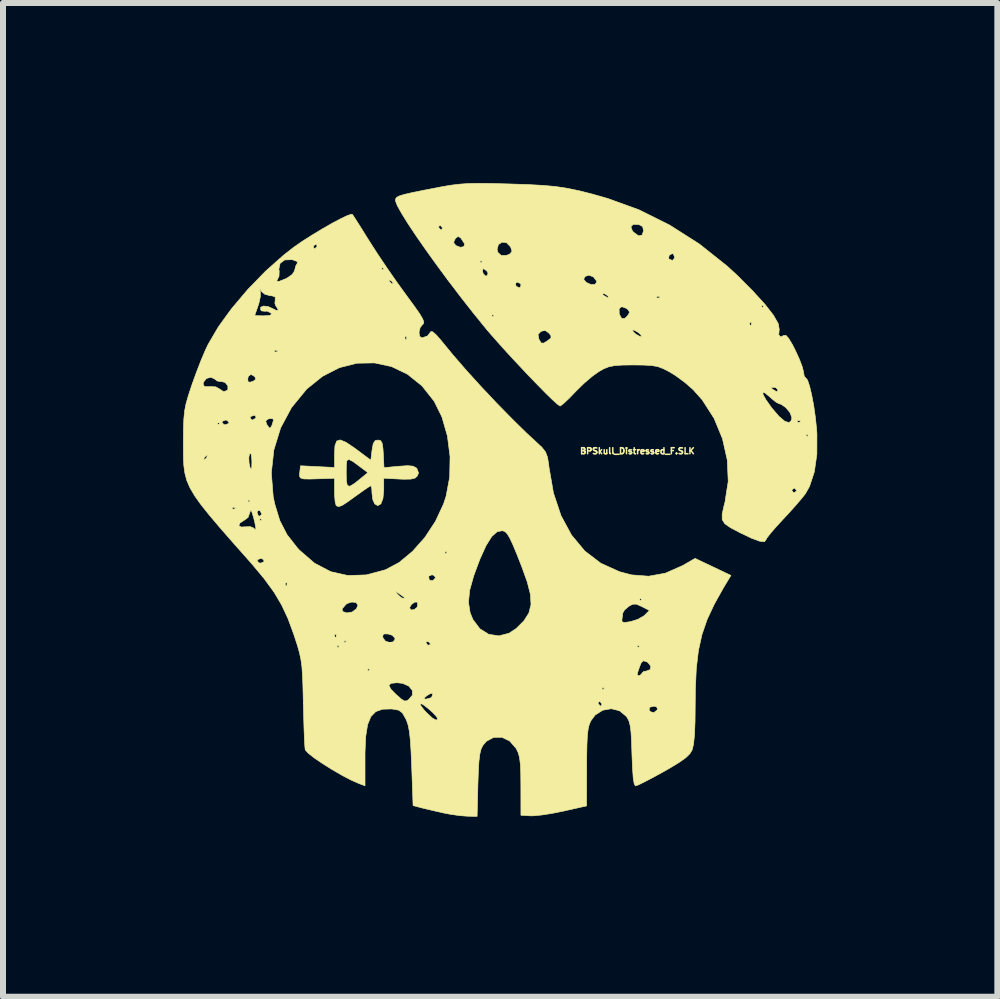
<source format=kicad_pcb>
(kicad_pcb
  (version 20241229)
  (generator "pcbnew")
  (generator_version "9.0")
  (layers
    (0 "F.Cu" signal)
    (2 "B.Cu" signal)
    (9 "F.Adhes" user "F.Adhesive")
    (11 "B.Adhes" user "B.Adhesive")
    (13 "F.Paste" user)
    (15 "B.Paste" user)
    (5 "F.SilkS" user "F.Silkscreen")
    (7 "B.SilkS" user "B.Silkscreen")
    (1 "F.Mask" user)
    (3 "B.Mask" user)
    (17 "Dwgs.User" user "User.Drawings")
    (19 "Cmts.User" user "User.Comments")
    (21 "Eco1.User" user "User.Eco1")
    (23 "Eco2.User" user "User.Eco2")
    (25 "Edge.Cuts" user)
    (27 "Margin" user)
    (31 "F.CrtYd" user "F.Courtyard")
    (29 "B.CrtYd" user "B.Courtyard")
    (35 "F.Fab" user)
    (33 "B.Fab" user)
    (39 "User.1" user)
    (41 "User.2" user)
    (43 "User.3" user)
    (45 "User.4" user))
  (footprint "BPSkull_Distressed_F.SLK"
    (layer "F.Cu")
    (at 5.259 5.278)
    (property "Reference" "BPSkull_Distressed_F.SLK" (at 2.311 -0.813 0) (layer "F.SilkS") (effects (font (size 0.1 0.1) (thickness 0.025))))
    (attr board_only exclude_from_pos_files exclude_from_bom)
    (fp_poly (pts (xy -2.543 -0.958) (xy -2.4 -0.861) (xy -2.374 -0.842) (xy -2.13 -0.66) (xy -2.11 -0.828) (xy -2.09 -0.937) (xy -2.057 -0.987) (xy -2.012 -0.996) (xy -1.968 -0.987) (xy -1.942 -0.945) (xy -1.928 -0.854) (xy -1.922 -0.766) (xy -1.911 -0.536) (xy -1.662 -0.559) (xy -1.515 -0.569) (xy -1.425 -0.56) (xy -1.373 -0.532) (xy -1.363 -0.522) (xy -1.335 -0.448) (xy -1.355 -0.397) (xy -1.393 -0.362) (xy -1.463 -0.345) (xy -1.584 -0.343) (xy -1.656 -0.346) (xy -1.915 -0.36) (xy -1.915 -0.165) (xy -1.928 -0.023) (xy -1.963 0.068) (xy -2.015 0.097) (xy -2.064 0.069) (xy -2.096 0.000428) (xy -2.11 -0.102) (xy -2.11 -0.106) (xy -2.115 -0.193) (xy -2.128 -0.234) (xy -2.13 -0.234) (xy -2.168 -0.213) (xy -2.252 -0.156) (xy -2.365 -0.075) (xy -2.388 -0.059) (xy -2.521 0.037) (xy -2.606 0.092) (xy -2.659 0.112) (xy -2.693 0.105) (xy -2.709 0.091) (xy -2.724 0.04) (xy -2.733 -0.062) (xy -2.735 -0.147) (xy -2.735 -0.359) (xy -2.98 -0.351) (xy -3.145 -0.346) (xy -3.247 -0.348) (xy -3.3 -0.363) (xy -3.318 -0.393) (xy -3.316 -0.445) (xy -3.315 -0.45) (xy -2.54 -0.45) (xy -2.537 -0.31) (xy -2.521 -0.237) (xy -2.479 -0.226) (xy -2.4 -0.274) (xy -2.291 -0.361) (xy -2.18 -0.453) (xy -2.311 -0.552) (xy -2.429 -0.639) (xy -2.498 -0.674) (xy -2.53 -0.652) (xy -2.539 -0.565) (xy -2.54 -0.45) (xy -3.315 -0.45) (xy -3.314 -0.459) (xy -3.302 -0.567) (xy -2.735 -0.539) (xy -2.735 -0.759) (xy -2.728 -0.9) (xy -2.699 -0.979) (xy -2.64 -0.998) (xy -2.543 -0.958)) (stroke (width 0.01) (type solid)) (fill yes) (layer "F.SilkS"))
    (fp_poly (pts (xy -0.127 -5.271) (xy 0.139 -5.264) (xy 0.175 -5.263) (xy 0.485 -5.253) (xy 0.737 -5.239) (xy 0.95 -5.22) (xy 1.146 -5.19) (xy 1.344 -5.149) (xy 1.564 -5.093) (xy 1.817 -5.021) (xy 2.336 -4.833) (xy 2.85 -4.577) (xy 3.345 -4.262) (xy 3.806 -3.895) (xy 3.974 -3.741) (xy 4.235 -3.479) (xy 4.437 -3.257) (xy 4.579 -3.075) (xy 4.658 -2.936) (xy 4.675 -2.84) (xy 4.674 -2.837) (xy 4.667 -2.748) (xy 4.699 -2.714) (xy 4.75 -2.738) (xy 4.785 -2.741) (xy 4.83 -2.693) (xy 4.894 -2.587) (xy 4.94 -2.497) (xy 5.006 -2.353) (xy 5.056 -2.224) (xy 5.079 -2.135) (xy 5.08 -2.124) (xy 5.093 -2.054) (xy 5.116 -2.032) (xy 5.146 -1.996) (xy 5.18 -1.896) (xy 5.215 -1.75) (xy 5.249 -1.571) (xy 5.277 -1.374) (xy 5.298 -1.175) (xy 5.303 -1.094) (xy 5.302 -0.761) (xy 5.26 -0.466) (xy 5.179 -0.222) (xy 5.112 -0.103) (xy 5.049 -0.023) (xy 4.947 0.096) (xy 4.824 0.233) (xy 4.741 0.322) (xy 4.623 0.45) (xy 4.529 0.559) (xy 4.47 0.635) (xy 4.455 0.664) (xy 4.429 0.698) (xy 4.349 0.69) (xy 4.211 0.639) (xy 4.015 0.545) (xy 3.862 0.464) (xy 3.768 0.399) (xy 3.725 0.33) (xy 3.724 0.238) (xy 3.754 0.103) (xy 3.771 0.039) (xy 3.801 -0.156) (xy 4.885 -0.156) (xy 4.914 -0.118) (xy 4.924 -0.117) (xy 4.962 -0.147) (xy 4.963 -0.156) (xy 4.933 -0.194) (xy 4.924 -0.195) (xy 4.886 -0.166) (xy 4.885 -0.156) (xy 3.801 -0.156) (xy 3.825 -0.306) (xy 3.809 -0.664) (xy 3.729 -1.019) (xy 3.706 -1.075) (xy 5.119 -1.075) (xy 5.139 -1.055) (xy 5.158 -1.075) (xy 5.139 -1.094) (xy 5.119 -1.075) (xy 3.706 -1.075) (xy 3.589 -1.358) (xy 3.392 -1.665) (xy 3.279 -1.792) (xy 4.402 -1.792) (xy 4.406 -1.753) (xy 4.454 -1.667) (xy 4.545 -1.538) (xy 4.553 -1.528) (xy 4.67 -1.391) (xy 4.767 -1.309) (xy 4.839 -1.286) (xy 4.87 -1.316) (xy 4.976 -1.316) (xy 4.981 -1.292) (xy 5.002 -1.29) (xy 5.034 -1.304) (xy 5.028 -1.316) (xy 4.982 -1.32) (xy 4.976 -1.316) (xy 4.87 -1.316) (xy 4.879 -1.324) (xy 4.885 -1.371) (xy 4.855 -1.451) (xy 4.787 -1.535) (xy 4.706 -1.592) (xy 4.672 -1.601) (xy 4.622 -1.627) (xy 4.545 -1.689) (xy 4.526 -1.707) (xy 4.441 -1.779) (xy 4.402 -1.792) (xy 3.279 -1.792) (xy 3.245 -1.831) (xy 3.202 -1.869) (xy 4.537 -1.869) (xy 4.565 -1.842) (xy 4.572 -1.837) (xy 4.631 -1.802) (xy 4.649 -1.813) (xy 4.65 -1.837) (xy 4.618 -1.869) (xy 4.582 -1.875) (xy 4.537 -1.869) (xy 3.202 -1.869) (xy 3.106 -1.953) (xy 2.947 -2.07) (xy 2.85 -2.13) (xy 2.745 -2.184) (xy 2.654 -2.219) (xy 2.553 -2.237) (xy 2.419 -2.245) (xy 2.247 -2.247) (xy 2.061 -2.245) (xy 1.932 -2.236) (xy 1.836 -2.217) (xy 1.751 -2.183) (xy 1.676 -2.141) (xy 1.56 -2.059) (xy 1.422 -1.941) (xy 1.29 -1.812) (xy 1.278 -1.799) (xy 1.173 -1.69) (xy 1.085 -1.608) (xy 1.031 -1.566) (xy 1.023 -1.563) (xy 0.981 -1.591) (xy 0.897 -1.667) (xy 0.778 -1.783) (xy 0.634 -1.93) (xy 0.473 -2.097) (xy 0.305 -2.276) (xy 0.137 -2.457) (xy -0.02 -2.632) (xy -0.128 -2.755) (xy 0.656 -2.755) (xy 0.668 -2.685) (xy 0.673 -2.672) (xy 0.708 -2.613) (xy 0.75 -2.611) (xy 0.807 -2.645) (xy 0.87 -2.694) (xy 0.872 -2.734) (xy 0.837 -2.778) (xy 0.774 -2.825) (xy 0.708 -2.807) (xy 0.703 -2.804) (xy 0.656 -2.755) (xy -0.128 -2.755) (xy -0.158 -2.79) (xy -0.192 -2.829) (xy 2.23 -2.829) (xy 2.244 -2.797) (xy 2.289 -2.758) (xy 2.353 -2.722) (xy 2.381 -2.719) (xy 2.367 -2.752) (xy 2.322 -2.791) (xy 2.258 -2.827) (xy 2.23 -2.829) (xy -0.192 -2.829) (xy -0.224 -2.868) (xy -0.275 -2.931) (xy 4.181 -2.931) (xy 4.196 -2.899) (xy 4.207 -2.905) (xy 4.212 -2.951) (xy 4.207 -2.957) (xy 4.184 -2.951) (xy 4.181 -2.931) (xy -0.275 -2.931) (xy -0.386 -3.068) (xy -0.117 -3.068) (xy -0.098 -3.048) (xy -0.078 -3.068) (xy -0.098 -3.087) (xy -0.117 -3.068) (xy -0.386 -3.068) (xy -0.423 -3.113) (xy -0.479 -3.185) (xy 2.007 -3.185) (xy 2.009 -3.098) (xy 2.011 -3.091) (xy 2.051 -3.02) (xy 2.104 -3.024) (xy 2.153 -3.072) (xy 2.182 -3.127) (xy 2.15 -3.174) (xy 2.13 -3.189) (xy 2.052 -3.219) (xy 2.007 -3.185) (xy -0.479 -3.185) (xy -0.51 -3.224) (xy 4.377 -3.224) (xy 4.396 -3.204) (xy 4.416 -3.224) (xy 4.396 -3.243) (xy 4.377 -3.224) (xy -0.51 -3.224) (xy -0.626 -3.372) (xy -0.665 -3.423) (xy 1.731 -3.423) (xy 1.758 -3.4) (xy 1.821 -3.365) (xy 1.829 -3.378) (xy 1.824 -3.387) (xy 2.631 -3.387) (xy 2.637 -3.363) (xy 2.657 -3.361) (xy 2.689 -3.375) (xy 2.683 -3.387) (xy 2.637 -3.391) (xy 2.631 -3.387) (xy 1.824 -3.387) (xy 1.817 -3.4) (xy 1.76 -3.437) (xy 1.746 -3.438) (xy 1.731 -3.423) (xy -0.665 -3.423) (xy -0.797 -3.597) (xy 0.279 -3.597) (xy 0.292 -3.558) (xy 0.341 -3.534) (xy 0.358 -3.54) (xy 0.374 -3.582) (xy 0.356 -3.607) (xy 0.303 -3.629) (xy 0.279 -3.597) (xy -0.797 -3.597) (xy -0.829 -3.638) (xy -0.856 -3.674) (xy 1.416 -3.674) (xy 1.458 -3.625) (xy 1.466 -3.619) (xy 1.542 -3.586) (xy 1.607 -3.591) (xy 1.634 -3.63) (xy 1.631 -3.646) (xy 1.579 -3.714) (xy 1.504 -3.743) (xy 1.439 -3.721) (xy 1.416 -3.674) (xy -0.856 -3.674) (xy -0.968 -3.826) (xy -0.272 -3.826) (xy -0.259 -3.77) (xy -0.22 -3.729) (xy -0.194 -3.733) (xy -0.176 -3.777) (xy -0.199 -3.814) (xy -0.251 -3.853) (xy -0.272 -3.826) (xy -0.968 -3.826) (xy -1.024 -3.902) (xy -1.07 -3.966) (xy -0.313 -3.966) (xy -0.293 -3.947) (xy -0.274 -3.966) (xy -0.293 -3.986) (xy -0.313 -3.966) (xy -1.07 -3.966) (xy -1.114 -4.027) (xy 2.831 -4.027) (xy 2.841 -4.011) (xy 2.897 -3.987) (xy 2.93 -4.029) (xy 2.931 -4.044) (xy 2.911 -4.096) (xy 2.894 -4.103) (xy 2.843 -4.077) (xy 2.831 -4.027) (xy -1.114 -4.027) (xy -1.206 -4.155) (xy -1.22 -4.175) (xy -0.026 -4.175) (xy -0.014 -4.123) (xy 0.041 -4.073) (xy 0.13 -4.072) (xy 0.19 -4.099) (xy 0.222 -4.142) (xy 0.199 -4.213) (xy 0.198 -4.215) (xy 0.131 -4.284) (xy 0.056 -4.293) (xy -0.004 -4.253) (xy -0.026 -4.175) (xy -1.22 -4.175) (xy -1.298 -4.287) (xy -0.752 -4.287) (xy -0.716 -4.24) (xy -0.711 -4.236) (xy -0.641 -4.208) (xy -0.583 -4.217) (xy -0.566 -4.257) (xy -0.573 -4.273) (xy -0.632 -4.364) (xy -0.676 -4.389) (xy -0.719 -4.356) (xy -0.724 -4.349) (xy -0.752 -4.287) (xy -1.298 -4.287) (xy -1.37 -4.39) (xy -1.475 -4.548) (xy -1.003 -4.548) (xy -0.996 -4.533) (xy -0.961 -4.496) (xy -0.955 -4.494) (xy -0.938 -4.524) (xy -0.938 -4.533) (xy -0.952 -4.55) (xy 2.203 -4.55) (xy 2.228 -4.481) (xy 2.249 -4.458) (xy 2.332 -4.398) (xy 2.389 -4.411) (xy 2.415 -4.482) (xy 2.398 -4.554) (xy 2.338 -4.585) (xy 2.243 -4.59) (xy 2.203 -4.55) (xy -0.952 -4.55) (xy -0.968 -4.57) (xy -0.979 -4.572) (xy -1.003 -4.548) (xy -1.475 -4.548) (xy -1.509 -4.599) (xy -1.617 -4.772) (xy -1.689 -4.902) (xy -1.719 -4.98) (xy -1.719 -4.986) (xy -1.716 -5.017) (xy -1.697 -5.042) (xy -1.653 -5.064) (xy -1.571 -5.089) (xy -1.44 -5.119) (xy -1.249 -5.158) (xy -1.129 -5.181) (xy -0.943 -5.217) (xy -0.789 -5.243) (xy -0.648 -5.26) (xy -0.503 -5.27) (xy -0.335 -5.273) (xy -0.127 -5.271)) (stroke (width 0.01) (type solid)) (fill yes) (layer "F.SilkS"))
    (fp_poly (pts (xy -2.439 -4.757) (xy -2.413 -4.72) (xy -2.354 -4.628) (xy -2.271 -4.497) (xy -2.172 -4.337) (xy -2.152 -4.306) (xy -2.02 -4.1) (xy -1.86 -3.862) (xy -1.693 -3.622) (xy -1.543 -3.415) (xy -1.41 -3.233) (xy -1.319 -3.104) (xy -1.267 -3.016) (xy -1.247 -2.962) (xy -1.255 -2.932) (xy -1.266 -2.923) (xy -1.309 -2.869) (xy -1.327 -2.792) (xy -1.317 -2.724) (xy -1.28 -2.697) (xy -1.184 -2.731) (xy -1.129 -2.804) (xy -1.1 -2.8) (xy -1.037 -2.745) (xy -0.954 -2.649) (xy -0.938 -2.629) (xy -0.759 -2.411) (xy -0.539 -2.157) (xy -0.291 -1.884) (xy -0.032 -1.609) (xy 0.223 -1.349) (xy 0.457 -1.119) (xy 0.612 -0.975) (xy 0.719 -0.876) (xy 0.781 -0.797) (xy 0.814 -0.71) (xy 0.834 -0.586) (xy 0.838 -0.545) (xy 0.913 -0.113) (xy 1.039 0.265) (xy 1.214 0.588) (xy 1.435 0.853) (xy 1.702 1.057) (xy 2.013 1.198) (xy 2.214 1.251) (xy 2.499 1.273) (xy 2.777 1.223) (xy 3.058 1.099) (xy 3.07 1.093) (xy 3.273 0.976) (xy 3.572 1.118) (xy 3.87 1.26) (xy 3.749 1.46) (xy 3.594 1.737) (xy 3.474 1.993) (xy 3.387 2.246) (xy 3.328 2.514) (xy 3.293 2.814) (xy 3.277 3.164) (xy 3.275 3.4) (xy 3.272 3.694) (xy 3.263 3.917) (xy 3.247 4.072) (xy 3.224 4.166) (xy 3.224 4.168) (xy 3.185 4.232) (xy 3.117 4.298) (xy 3.007 4.376) (xy 2.844 4.475) (xy 2.749 4.529) (xy 2.583 4.62) (xy 2.44 4.695) (xy 2.335 4.747) (xy 2.281 4.767) (xy 2.28 4.767) (xy 2.259 4.735) (xy 2.242 4.635) (xy 2.23 4.464) (xy 2.221 4.243) (xy 2.214 4.024) (xy 2.205 3.869) (xy 2.191 3.761) (xy 2.171 3.686) (xy 2.141 3.629) (xy 2.126 3.608) (xy 2.013 3.514) (xy 1.979 3.506) (xy 2.508 3.506) (xy 2.528 3.531) (xy 2.586 3.546) (xy 2.639 3.504) (xy 2.648 3.485) (xy 2.629 3.448) (xy 2.582 3.439) (xy 2.512 3.458) (xy 2.508 3.506) (xy 1.979 3.506) (xy 1.876 3.481) (xy 1.734 3.506) (xy 1.607 3.587) (xy 1.537 3.681) (xy 1.51 3.742) (xy 1.491 3.819) (xy 1.478 3.925) (xy 1.471 4.074) (xy 1.467 4.279) (xy 1.466 4.455) (xy 1.465 5.1) (xy 1.075 5.188) (xy 0.89 5.225) (xy 0.717 5.252) (xy 0.579 5.265) (xy 0.528 5.266) (xy 0.371 5.256) (xy 0.37 4.766) (xy 0.368 4.552) (xy 0.361 4.4) (xy 0.347 4.292) (xy 0.325 4.212) (xy 0.291 4.143) (xy 0.29 4.141) (xy 0.183 4.019) (xy 0.054 3.957) (xy -0.082 3.958) (xy -0.204 4.023) (xy -0.263 4.092) (xy -0.293 4.152) (xy -0.314 4.237) (xy -0.329 4.36) (xy -0.339 4.535) (xy -0.346 4.736) (xy -0.359 5.275) (xy -0.522 5.272) (xy -0.653 5.262) (xy -0.815 5.238) (xy -0.918 5.218) (xy -1.072 5.183) (xy -1.216 5.149) (xy -1.29 5.131) (xy -1.426 5.095) (xy -1.449 4.449) (xy -1.46 4.193) (xy -1.472 4.001) (xy -1.488 3.86) (xy -1.508 3.756) (xy -1.535 3.676) (xy -1.547 3.651) (xy -1.603 3.552) (xy -1.666 3.505) (xy -1.766 3.487) (xy -1.786 3.485) (xy -1.935 3.489) (xy -2.048 3.529) (xy -2.129 3.612) (xy -2.184 3.747) (xy -2.215 3.942) (xy -2.227 4.204) (xy -2.227 4.294) (xy -2.227 4.765) (xy -2.335 4.725) (xy -2.461 4.669) (xy -2.613 4.589) (xy -2.775 4.495) (xy -2.933 4.396) (xy -3.07 4.303) (xy -3.171 4.224) (xy -3.221 4.17) (xy -3.224 4.163) (xy -3.23 4.1) (xy -3.237 3.972) (xy -3.244 3.795) (xy -3.25 3.582) (xy -3.255 3.393) (xy -1.309 3.393) (xy -1.297 3.431) (xy -1.243 3.502) (xy -1.204 3.544) (xy -1.103 3.638) (xy -1.038 3.673) (xy -1.016 3.647) (xy -1.016 3.647) (xy -1.042 3.604) (xy -1.105 3.538) (xy -1.185 3.469) (xy -1.258 3.413) (xy -1.304 3.391) (xy -1.309 3.393) (xy -3.255 3.393) (xy -3.255 3.385) (xy 1.655 3.385) (xy 1.661 3.4) (xy 1.696 3.437) (xy 1.702 3.439) (xy 1.719 3.409) (xy 1.719 3.4) (xy 1.689 3.362) (xy 1.678 3.361) (xy 1.655 3.385) (xy -3.255 3.385) (xy -3.255 3.38) (xy -3.261 3.127) (xy -3.262 3.092) (xy -1.829 3.092) (xy -1.796 3.156) (xy -1.71 3.243) (xy -1.622 3.32) (xy -1.57 3.352) (xy -1.532 3.349) (xy -1.502 3.331) (xy -1.479 3.304) (xy -1.244 3.304) (xy -1.23 3.319) (xy -1.204 3.32) (xy -1.132 3.3) (xy -1.112 3.28) (xy -1.097 3.23) (xy -1.134 3.226) (xy -1.195 3.262) (xy -1.244 3.304) (xy -1.479 3.304) (xy -1.437 3.255) (xy -1.439 3.174) (xy -1.463 3.146) (xy 1.719 3.146) (xy 1.739 3.165) (xy 1.758 3.146) (xy 1.739 3.126) (xy 1.719 3.146) (xy -1.463 3.146) (xy -1.497 3.104) (xy -1.602 3.058) (xy -1.693 3.048) (xy -1.795 3.058) (xy -1.829 3.092) (xy -3.262 3.092) (xy -3.268 2.934) (xy -3.269 2.919) (xy 2.309 2.919) (xy 2.327 2.93) (xy 2.345 2.931) (xy 2.383 2.901) (xy 2.384 2.892) (xy 2.416 2.86) (xy 2.462 2.853) (xy 2.525 2.829) (xy 2.535 2.773) (xy 2.489 2.713) (xy 2.465 2.698) (xy 2.41 2.682) (xy 2.374 2.718) (xy 2.348 2.781) (xy 2.316 2.876) (xy 2.309 2.919) (xy -3.269 2.919) (xy -3.275 2.833) (xy -2.188 2.833) (xy -2.169 2.853) (xy -2.149 2.833) (xy -2.169 2.814) (xy -2.188 2.833) (xy -3.275 2.833) (xy -3.278 2.785) (xy -3.295 2.661) (xy -3.32 2.545) (xy -3.349 2.442) (xy -2.696 2.442) (xy -2.677 2.462) (xy -2.657 2.442) (xy 2.306 2.442) (xy 2.325 2.462) (xy 2.345 2.442) (xy 2.325 2.423) (xy 2.306 2.442) (xy -2.657 2.442) (xy -2.677 2.423) (xy -2.696 2.442) (xy -3.349 2.442) (xy -3.356 2.419) (xy -3.374 2.364) (xy -2.579 2.364) (xy -2.56 2.384) (xy -2.557 2.381) (xy -1.211 2.381) (xy -1.183 2.421) (xy -1.172 2.423) (xy -1.134 2.409) (xy -1.133 2.406) (xy -1.161 2.372) (xy -1.172 2.364) (xy -1.208 2.367) (xy -1.211 2.381) (xy -2.557 2.381) (xy -2.54 2.364) (xy -2.56 2.345) (xy -2.579 2.364) (xy -3.374 2.364) (xy -3.405 2.267) (xy -3.405 2.266) (xy -2.735 2.266) (xy -2.721 2.299) (xy -2.709 2.293) (xy -2.707 2.271) (xy -1.933 2.271) (xy -1.927 2.302) (xy -1.886 2.356) (xy -1.819 2.377) (xy -1.756 2.366) (xy -1.727 2.322) (xy -1.728 2.307) (xy -1.771 2.258) (xy -1.844 2.235) (xy -1.917 2.235) (xy -1.933 2.271) (xy -2.707 2.271) (xy -2.705 2.246) (xy -2.709 2.24) (xy -2.733 2.246) (xy -2.735 2.266) (xy -3.405 2.266) (xy -3.412 2.247) (xy -3.508 1.985) (xy -3.586 1.817) (xy -2.609 1.817) (xy -2.601 1.861) (xy -2.53 1.885) (xy -2.442 1.87) (xy -2.37 1.816) (xy -2.364 1.802) (xy -1.485 1.802) (xy -1.459 1.835) (xy -1.405 1.829) (xy -1.359 1.79) (xy -1.355 1.782) (xy -1.349 1.719) (xy -1.354 1.71) (xy -0.503 1.71) (xy -0.475 1.884) (xy -0.43 1.993) (xy -0.313 2.149) (xy -0.165 2.241) (xy 0.002 2.267) (xy 0.172 2.224) (xy 0.294 2.143) (xy 0.422 2.015) (xy 0.433 1.997) (xy 2.053 1.997) (xy 2.057 2.035) (xy 2.102 2.044) (xy 2.197 2.03) (xy 2.319 1.992) (xy 2.419 1.934) (xy 2.432 1.923) (xy 2.511 1.844) (xy 2.386 1.779) (xy 2.296 1.739) (xy 2.234 1.739) (xy 2.166 1.776) (xy 2.096 1.837) (xy 2.068 1.886) (xy 2.058 1.967) (xy 2.053 1.997) (xy 0.433 1.997) (xy 0.503 1.887) (xy 0.539 1.746) (xy 0.534 1.661) (xy 2.345 1.661) (xy 2.364 1.68) (xy 2.384 1.661) (xy 2.364 1.641) (xy 2.345 1.661) (xy 0.534 1.661) (xy 0.53 1.579) (xy 0.477 1.372) (xy 0.39 1.128) (xy 0.302 0.904) (xy 0.235 0.743) (xy 0.184 0.635) (xy 0.143 0.568) (xy 0.107 0.531) (xy 0.069 0.516) (xy 0.064 0.515) (xy -0.024 0.53) (xy -0.116 0.613) (xy -0.211 0.765) (xy -0.313 0.99) (xy -0.416 1.267) (xy -0.484 1.51) (xy -0.503 1.71) (xy -1.354 1.71) (xy -1.357 1.704) (xy -1.4 1.705) (xy -1.454 1.745) (xy -1.484 1.796) (xy -1.485 1.802) (xy -2.364 1.802) (xy -2.345 1.755) (xy -2.375 1.713) (xy -2.445 1.703) (xy -2.523 1.727) (xy -2.546 1.744) (xy -2.609 1.817) (xy -3.586 1.817) (xy -3.615 1.755) (xy -3.744 1.537) (xy -3.753 1.525) (xy -1.714 1.525) (xy -1.711 1.539) (xy -1.685 1.573) (xy -1.626 1.628) (xy -1.591 1.641) (xy -1.563 1.634) (xy -1.566 1.63) (xy -1.607 1.601) (xy -1.661 1.562) (xy -1.714 1.525) (xy -3.753 1.525) (xy -3.839 1.407) (xy -3.556 1.407) (xy -3.542 1.439) (xy -3.53 1.433) (xy -3.525 1.386) (xy -3.53 1.381) (xy -3.553 1.386) (xy -3.556 1.407) (xy -3.839 1.407) (xy -3.909 1.311) (xy -3.94 1.274) (xy -1.168 1.274) (xy -1.158 1.328) (xy -1.147 1.341) (xy -1.099 1.348) (xy -1.059 1.309) (xy -1.055 1.287) (xy -1.087 1.255) (xy -1.114 1.25) (xy -1.168 1.274) (xy -3.94 1.274) (xy -4.12 1.059) (xy -4.158 1.016) (xy -4.025 1.016) (xy -3.993 1.051) (xy -3.966 1.055) (xy -3.914 1.034) (xy -3.908 1.016) (xy -3.939 0.981) (xy -3.966 0.977) (xy -4.018 0.998) (xy -4.025 1.016) (xy -4.158 1.016) (xy -4.425 0.715) (xy -4.644 0.464) (xy -4.672 0.431) (xy -4.33 0.431) (xy -4.287 0.454) (xy -4.226 0.45) (xy -4.135 0.448) (xy -4.082 0.471) (xy -4.082 0.471) (xy -4.051 0.505) (xy -4.046 0.469) (xy -4.066 0.365) (xy -4.074 0.332) (xy -3.986 0.332) (xy -3.966 0.352) (xy -3.947 0.332) (xy -3.966 0.313) (xy -3.986 0.332) (xy -4.074 0.332) (xy -4.084 0.293) (xy -4.109 0.213) (xy -4.025 0.213) (xy -4.005 0.266) (xy -3.986 0.274) (xy -3.948 0.245) (xy -3.947 0.237) (xy -3.975 0.184) (xy -3.986 0.176) (xy -4.019 0.185) (xy -4.025 0.213) (xy -4.109 0.213) (xy -4.115 0.194) (xy -4.134 0.167) (xy -4.14 0.196) (xy -4.176 0.294) (xy -4.228 0.333) (xy -4.31 0.386) (xy -4.33 0.431) (xy -4.672 0.431) (xy -4.821 0.255) (xy -4.921 0.13) (xy -4.442 0.13) (xy -4.436 0.153) (xy -4.416 0.156) (xy -4.384 0.142) (xy -4.39 0.13) (xy -4.436 0.126) (xy -4.442 0.13) (xy -4.921 0.13) (xy -4.96 0.081) (xy -5.004 0.02) (xy -4.181 0.02) (xy -4.162 0.039) (xy -4.142 0.02) (xy -4.162 0) (xy -4.181 0.02) (xy -5.004 0.02) (xy -5.066 -0.068) (xy -5.143 -0.199) (xy -5.196 -0.321) (xy -5.228 -0.441) (xy -5.229 -0.448) (xy -3.788 -0.448) (xy -3.757 -0.054) (xy -3.731 0.07) (xy -3.646 0.348) (xy -3.526 0.581) (xy -3.354 0.801) (xy -3.319 0.839) (xy -3.068 1.056) (xy -2.799 1.197) (xy -2.511 1.262) (xy -2.204 1.251) (xy -1.887 1.166) (xy -1.658 1.044) (xy -1.459 0.879) (xy -0.899 0.879) (xy -0.879 0.899) (xy -0.86 0.879) (xy -0.879 0.86) (xy -0.899 0.879) (xy -1.459 0.879) (xy -1.435 0.859) (xy -1.229 0.626) (xy -1.053 0.358) (xy -0.919 0.071) (xy -0.876 -0.059) (xy -0.816 -0.379) (xy -0.81 -0.721) (xy -0.854 -1.063) (xy -0.946 -1.382) (xy -1.074 -1.641) (xy -1.278 -1.899) (xy -1.519 -2.092) (xy -1.785 -2.22) (xy -2.069 -2.281) (xy -2.362 -2.276) (xy -2.654 -2.202) (xy -2.935 -2.058) (xy -3.198 -1.846) (xy -3.205 -1.838) (xy -3.452 -1.536) (xy -3.633 -1.198) (xy -3.746 -0.832) (xy -3.788 -0.448) (xy -5.229 -0.448) (xy -5.246 -0.569) (xy -5.251 -0.667) (xy -4.914 -0.667) (xy -4.909 -0.664) (xy -4.873 -0.692) (xy -4.866 -0.702) (xy -4.163 -0.702) (xy -4.159 -0.615) (xy -4.143 -0.539) (xy -4.12 -0.508) (xy -4.114 -0.543) (xy -4.112 -0.629) (xy -4.113 -0.664) (xy -4.123 -0.758) (xy -4.143 -0.775) (xy -4.152 -0.763) (xy -4.163 -0.702) (xy -4.866 -0.702) (xy -4.865 -0.703) (xy -4.855 -0.74) (xy -4.86 -0.742) (xy -4.896 -0.715) (xy -4.904 -0.703) (xy -4.914 -0.667) (xy -5.251 -0.667) (xy -5.253 -0.711) (xy -5.254 -0.877) (xy -5.254 -0.957) (xy -5.252 -1.18) (xy -5.249 -1.27) (xy -4.689 -1.27) (xy -4.67 -1.25) (xy -4.65 -1.27) (xy -4.67 -1.29) (xy -4.611 -1.29) (xy -4.579 -1.255) (xy -4.552 -1.25) (xy -4.5 -1.272) (xy -4.494 -1.29) (xy -4.517 -1.315) (xy -3.882 -1.315) (xy -3.865 -1.259) (xy -3.857 -1.246) (xy -3.819 -1.194) (xy -3.794 -1.21) (xy -3.775 -1.25) (xy -3.754 -1.321) (xy -3.759 -1.349) (xy -3.808 -1.355) (xy -3.842 -1.346) (xy -3.882 -1.315) (xy -4.517 -1.315) (xy -4.525 -1.324) (xy -4.552 -1.329) (xy -4.604 -1.308) (xy -4.611 -1.29) (xy -4.67 -1.29) (xy -4.689 -1.27) (xy -5.249 -1.27) (xy -5.246 -1.347) (xy -5.244 -1.368) (xy -4.142 -1.368) (xy -4.114 -1.33) (xy -4.105 -1.329) (xy -4.052 -1.357) (xy -4.044 -1.368) (xy -4.053 -1.401) (xy -4.081 -1.407) (xy -4.135 -1.386) (xy -4.142 -1.368) (xy -5.244 -1.368) (xy -5.233 -1.48) (xy -5.209 -1.602) (xy -5.171 -1.735) (xy -5.116 -1.902) (xy -5.109 -1.921) (xy -5.107 -1.928) (xy -4.924 -1.928) (xy -4.903 -1.886) (xy -4.829 -1.885) (xy -4.819 -1.887) (xy -4.714 -1.882) (xy -4.66 -1.852) (xy -4.581 -1.801) (xy -4.522 -1.825) (xy -4.512 -1.838) (xy -4.512 -1.899) (xy -4.557 -1.954) (xy -4.618 -1.972) (xy -4.627 -1.969) (xy -4.69 -1.98) (xy -4.726 -2.01) (xy -4.727 -2.01) (xy -4.181 -2.01) (xy -4.174 -1.963) (xy -4.135 -1.961) (xy -4.086 -1.978) (xy -4.045 -2.011) (xy -4.067 -2.056) (xy -4.128 -2.09) (xy -4.172 -2.057) (xy -4.181 -2.01) (xy -4.727 -2.01) (xy -4.794 -2.042) (xy -4.869 -2.022) (xy -4.918 -1.961) (xy -4.924 -1.928) (xy -5.107 -1.928) (xy -5.037 -2.122) (xy -4.958 -2.326) (xy -4.889 -2.488) (xy -3.738 -2.488) (xy -3.733 -2.465) (xy -3.712 -2.462) (xy -3.68 -2.476) (xy -3.686 -2.488) (xy -3.733 -2.493) (xy -3.738 -2.488) (xy -4.889 -2.488) (xy -4.883 -2.502) (xy -4.843 -2.586) (xy -4.779 -2.696) (xy -1.563 -2.696) (xy -1.549 -2.664) (xy -1.537 -2.67) (xy -1.532 -2.717) (xy -1.537 -2.722) (xy -1.56 -2.717) (xy -1.563 -2.696) (xy -4.779 -2.696) (xy -4.672 -2.879) (xy -4.533 -3.072) (xy -4.064 -3.072) (xy -4.029 -3.068) (xy -3.943 -3.066) (xy -3.91 -3.066) (xy -3.814 -3.072) (xy -3.785 -3.092) (xy -3.796 -3.113) (xy -3.859 -3.145) (xy -3.887 -3.141) (xy -3.949 -3.147) (xy -3.965 -3.163) (xy -3.967 -3.208) (xy -3.917 -3.229) (xy -3.84 -3.22) (xy -3.771 -3.188) (xy -3.703 -3.154) (xy -3.673 -3.161) (xy -3.673 -3.162) (xy -3.701 -3.216) (xy -3.709 -3.222) (xy -3.729 -3.272) (xy -3.724 -3.322) (xy -3.723 -3.38) (xy -3.777 -3.399) (xy -3.804 -3.4) (xy -3.897 -3.425) (xy -3.948 -3.468) (xy -3.98 -3.515) (xy -3.979 -3.495) (xy -3.971 -3.469) (xy -3.97 -3.391) (xy -3.994 -3.279) (xy -4.007 -3.239) (xy -4.041 -3.14) (xy -4.062 -3.08) (xy -4.064 -3.072) (xy -4.533 -3.072) (xy -4.446 -3.19) (xy -4.18 -3.505) (xy -4.046 -3.642) (xy -3.699 -3.642) (xy -3.658 -3.64) (xy -3.601 -3.662) (xy -1.83 -3.662) (xy -1.821 -3.64) (xy -1.781 -3.598) (xy -1.759 -3.607) (xy -1.758 -3.612) (xy -1.786 -3.645) (xy -1.804 -3.657) (xy -1.83 -3.662) (xy -3.601 -3.662) (xy -3.56 -3.678) (xy -3.523 -3.696) (xy -3.44 -3.755) (xy -3.4 -3.817) (xy -3.4 -3.825) (xy -3.393 -3.849) (xy -1.954 -3.849) (xy -1.934 -3.83) (xy -1.915 -3.849) (xy -1.934 -3.869) (xy -1.954 -3.849) (xy -3.393 -3.849) (xy -3.377 -3.907) (xy -3.358 -3.934) (xy -3.353 -3.968) (xy -3.419 -3.995) (xy -3.446 -4.001) (xy -3.565 -3.997) (xy -3.642 -3.94) (xy -3.663 -3.843) (xy -3.657 -3.812) (xy -3.66 -3.725) (xy -3.68 -3.685) (xy -3.699 -3.642) (xy -4.046 -3.642) (xy -3.888 -3.806) (xy -3.584 -4.076) (xy -3.418 -4.206) (xy -3.397 -4.22) (xy -3.087 -4.22) (xy -3.074 -4.182) (xy -3.07 -4.181) (xy -3.036 -4.209) (xy -3.028 -4.22) (xy -3.032 -4.256) (xy -3.046 -4.259) (xy -3.085 -4.231) (xy -3.087 -4.22) (xy -3.397 -4.22) (xy -3.279 -4.303) (xy -3.117 -4.406) (xy -2.947 -4.509) (xy -2.782 -4.604) (xy -2.635 -4.682) (xy -2.52 -4.737) (xy -2.451 -4.759) (xy -2.439 -4.757)) (stroke (width 0.01) (type solid)) (fill yes) (layer "F.SilkS")))
  (gr_rect
    (start -3 -3)
    (end 13.568 13.558)
    (stroke (width 0.1) (type default))
    (fill no)
    (layer "Edge.Cuts")))
</source>
